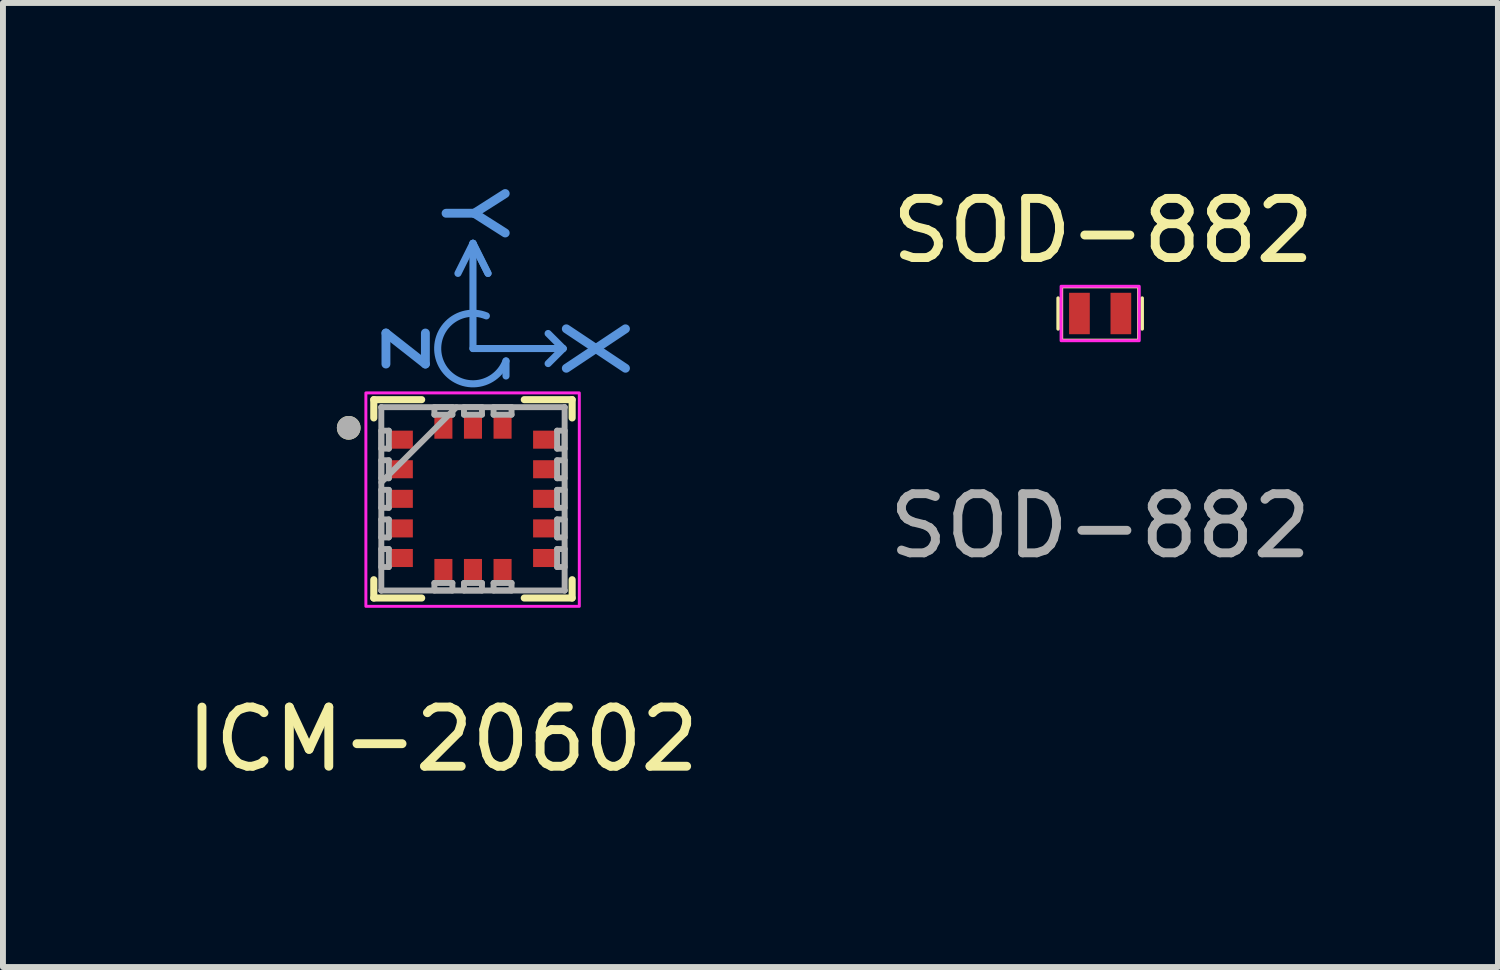
<source format=kicad_pcb>
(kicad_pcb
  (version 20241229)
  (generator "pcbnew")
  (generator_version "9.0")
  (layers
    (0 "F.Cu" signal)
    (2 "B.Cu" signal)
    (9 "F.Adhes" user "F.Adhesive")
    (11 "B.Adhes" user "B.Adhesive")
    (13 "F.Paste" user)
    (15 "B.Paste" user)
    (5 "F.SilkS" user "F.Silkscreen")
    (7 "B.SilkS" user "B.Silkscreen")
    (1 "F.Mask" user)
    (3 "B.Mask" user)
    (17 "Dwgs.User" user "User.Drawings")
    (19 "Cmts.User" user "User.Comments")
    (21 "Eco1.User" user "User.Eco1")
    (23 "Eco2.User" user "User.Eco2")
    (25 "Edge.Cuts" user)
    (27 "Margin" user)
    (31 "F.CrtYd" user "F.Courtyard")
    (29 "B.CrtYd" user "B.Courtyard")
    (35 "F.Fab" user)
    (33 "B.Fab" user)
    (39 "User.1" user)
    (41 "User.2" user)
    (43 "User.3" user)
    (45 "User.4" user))
  (footprint "SOD-882"
    (layer "F.Cu")
    (at 15.542 2.248)
    (property "Reference" "SOD-882" (at 0.05 -1.4 0) (unlocked yes) (layer "F.SilkS") (effects (font (size 1 1) (thickness 0.15))))
    (attr smd)
    (fp_line (start -0.71 -0.26) (end -0.71 0.26) (stroke (width 0.06) (type solid)) (layer "F.SilkS"))
    (fp_line (start 0.71 -0.26) (end 0.71 0.26) (stroke (width 0.06) (type solid)) (layer "F.SilkS"))
    (fp_rect (start -0.65 -0.45) (end 0.65 0.45) (stroke (width 0.05) (type solid)) (fill no) (layer "F.SilkS"))
    (fp_rect (start -0.66 -0.46) (end 0.66 0.46) (stroke (width 0.05) (type solid)) (fill no) (layer "F.CrtYd"))
    (fp_text user "${REFERENCE}" (at 0 3.59 0) (unlocked yes) (layer "F.Fab") (effects (font (size 1 1) (thickness 0.15))))
    (pad "1" smd rect (at -0.35 0) (size 0.35 0.7) (layers "F.Cu" "F.Mask" "F.Paste"))
    (pad "2" smd rect (at 0.35 0) (size 0.35 0.7) (layers "F.Cu" "F.Mask" "F.Paste")))
  (footprint "ICM-20602"
    (layer "F.Cu")
    (at 4.943 5.38)
    (property "Reference" "ICM-20602" (at -0.508 4.064 0) (layer "F.SilkS") (effects (font (size 1 1) (thickness 0.15))))
    (attr through_hole)
    (fp_line (start -1.676 -1.676) (end -1.676 -1.367) (stroke (width 0.12) (type solid)) (layer "F.SilkS"))
    (fp_line (start -1.676 1.367) (end -1.676 1.676) (stroke (width 0.12) (type solid)) (layer "F.SilkS"))
    (fp_line (start -1.676 1.676) (end -0.867 1.676) (stroke (width 0.12) (type solid)) (layer "F.SilkS"))
    (fp_line (start -0.867 -1.676) (end -1.676 -1.676) (stroke (width 0.12) (type solid)) (layer "F.SilkS"))
    (fp_line (start 0.867 1.676) (end 1.676 1.676) (stroke (width 0.12) (type solid)) (layer "F.SilkS"))
    (fp_line (start 1.676 -1.676) (end 0.867 -1.676) (stroke (width 0.12) (type solid)) (layer "F.SilkS"))
    (fp_line (start 1.676 -1.367) (end 1.676 -1.676) (stroke (width 0.12) (type solid)) (layer "F.SilkS"))
    (fp_line (start 1.676 1.676) (end 1.676 1.367) (stroke (width 0.12) (type solid)) (layer "F.SilkS"))
    (fp_circle (center -2.1 -1.2) (end -2 -1.2) (stroke (width 0.2) (type solid)) (fill no) (layer "F.SilkS"))
    (fp_line (start 0 -4.318) (end -0.254 -3.81) (stroke (width 0.12) (type solid)) (layer "Cmts.User"))
    (fp_line (start 0 -4.318) (end 0.254 -3.81) (stroke (width 0.12) (type solid)) (layer "Cmts.User"))
    (fp_line (start 0 -2.54) (end 0 -4.318) (stroke (width 0.12) (type solid)) (layer "Cmts.User"))
    (fp_line (start 0.254 -3.81) (end 0 -4.318) (stroke (width 0.12) (type solid)) (layer "Cmts.User"))
    (fp_line (start 0.558 -2.33) (end 0.558 -2.076) (stroke (width 0.12) (type solid)) (layer "Cmts.User"))
    (fp_line (start 1.524 -2.54) (end 0 -2.54) (stroke (width 0.12) (type solid)) (layer "Cmts.User"))
    (fp_line (start 1.524 -2.54) (end 1.27 -2.794) (stroke (width 0.12) (type solid)) (layer "Cmts.User"))
    (fp_line (start 1.524 -2.54) (end 1.27 -2.286) (stroke (width 0.12) (type solid)) (layer "Cmts.User"))
    (fp_arc (start 0.557951 -2.329695) (mid -0.546707 -2.301989) (end 0.226213 -3.091694) (stroke (width 0.12) (type solid)) (layer "Cmts.User"))
    (fp_rect (start -1.81 1.817) (end 1.797 -1.79) (stroke (width 0.05) (type solid)) (fill no) (layer "F.CrtYd"))
    (fp_line (start -1.549 -1.549) (end -1.549 -1.549) (stroke (width 0.1) (type solid)) (layer "F.Fab"))
    (fp_line (start -1.549 -1.549) (end -1.549 1.549) (stroke (width 0.1) (type solid)) (layer "F.Fab"))
    (fp_line (start -1.549 -1.152) (end -1.422 -1.152) (stroke (width 0.1) (type solid)) (layer "F.Fab"))
    (fp_line (start -1.549 -0.848) (end -1.549 -1.152) (stroke (width 0.1) (type solid)) (layer "F.Fab"))
    (fp_line (start -1.549 -0.652) (end -1.422 -0.652) (stroke (width 0.1) (type solid)) (layer "F.Fab"))
    (fp_line (start -1.549 -0.348) (end -1.549 -0.652) (stroke (width 0.1) (type solid)) (layer "F.Fab"))
    (fp_line (start -1.549 -0.279) (end -0.279 -1.549) (stroke (width 0.1) (type solid)) (layer "F.Fab"))
    (fp_line (start -1.549 -0.152) (end -1.422 -0.152) (stroke (width 0.1) (type solid)) (layer "F.Fab"))
    (fp_line (start -1.549 0.152) (end -1.549 -0.152) (stroke (width 0.1) (type solid)) (layer "F.Fab"))
    (fp_line (start -1.549 0.348) (end -1.422 0.348) (stroke (width 0.1) (type solid)) (layer "F.Fab"))
    (fp_line (start -1.549 0.652) (end -1.549 0.348) (stroke (width 0.1) (type solid)) (layer "F.Fab"))
    (fp_line (start -1.549 0.848) (end -1.422 0.848) (stroke (width 0.1) (type solid)) (layer "F.Fab"))
    (fp_line (start -1.549 1.152) (end -1.549 0.848) (stroke (width 0.1) (type solid)) (layer "F.Fab"))
    (fp_line (start -1.549 1.549) (end -1.549 1.549) (stroke (width 0.1) (type solid)) (layer "F.Fab"))
    (fp_line (start -1.549 1.549) (end 1.549 1.549) (stroke (width 0.1) (type solid)) (layer "F.Fab"))
    (fp_line (start -1.422 -1.152) (end -1.422 -0.848) (stroke (width 0.1) (type solid)) (layer "F.Fab"))
    (fp_line (start -1.422 -0.848) (end -1.549 -0.848) (stroke (width 0.1) (type solid)) (layer "F.Fab"))
    (fp_line (start -1.422 -0.652) (end -1.422 -0.348) (stroke (width 0.1) (type solid)) (layer "F.Fab"))
    (fp_line (start -1.422 -0.348) (end -1.549 -0.348) (stroke (width 0.1) (type solid)) (layer "F.Fab"))
    (fp_line (start -1.422 -0.152) (end -1.422 0.152) (stroke (width 0.1) (type solid)) (layer "F.Fab"))
    (fp_line (start -1.422 0.152) (end -1.549 0.152) (stroke (width 0.1) (type solid)) (layer "F.Fab"))
    (fp_line (start -1.422 0.348) (end -1.422 0.652) (stroke (width 0.1) (type solid)) (layer "F.Fab"))
    (fp_line (start -1.422 0.652) (end -1.549 0.652) (stroke (width 0.1) (type solid)) (layer "F.Fab"))
    (fp_line (start -1.422 0.848) (end -1.422 1.152) (stroke (width 0.1) (type solid)) (layer "F.Fab"))
    (fp_line (start -1.422 1.152) (end -1.549 1.152) (stroke (width 0.1) (type solid)) (layer "F.Fab"))
    (fp_line (start -0.652 -1.549) (end -0.348 -1.549) (stroke (width 0.1) (type solid)) (layer "F.Fab"))
    (fp_line (start -0.652 -1.422) (end -0.652 -1.549) (stroke (width 0.1) (type solid)) (layer "F.Fab"))
    (fp_line (start -0.652 1.422) (end -0.348 1.422) (stroke (width 0.1) (type solid)) (layer "F.Fab"))
    (fp_line (start -0.652 1.549) (end -0.652 1.422) (stroke (width 0.1) (type solid)) (layer "F.Fab"))
    (fp_line (start -0.348 -1.549) (end -0.348 -1.422) (stroke (width 0.1) (type solid)) (layer "F.Fab"))
    (fp_line (start -0.348 -1.422) (end -0.652 -1.422) (stroke (width 0.1) (type solid)) (layer "F.Fab"))
    (fp_line (start -0.348 1.422) (end -0.348 1.549) (stroke (width 0.1) (type solid)) (layer "F.Fab"))
    (fp_line (start -0.348 1.549) (end -0.652 1.549) (stroke (width 0.1) (type solid)) (layer "F.Fab"))
    (fp_line (start -0.152 -1.549) (end 0.152 -1.549) (stroke (width 0.1) (type solid)) (layer "F.Fab"))
    (fp_line (start -0.152 -1.422) (end -0.152 -1.549) (stroke (width 0.1) (type solid)) (layer "F.Fab"))
    (fp_line (start -0.152 1.422) (end 0.152 1.422) (stroke (width 0.1) (type solid)) (layer "F.Fab"))
    (fp_line (start -0.152 1.549) (end -0.152 1.422) (stroke (width 0.1) (type solid)) (layer "F.Fab"))
    (fp_line (start 0.152 -1.549) (end 0.152 -1.422) (stroke (width 0.1) (type solid)) (layer "F.Fab"))
    (fp_line (start 0.152 -1.422) (end -0.152 -1.422) (stroke (width 0.1) (type solid)) (layer "F.Fab"))
    (fp_line (start 0.152 1.422) (end 0.152 1.549) (stroke (width 0.1) (type solid)) (layer "F.Fab"))
    (fp_line (start 0.152 1.549) (end -0.152 1.549) (stroke (width 0.1) (type solid)) (layer "F.Fab"))
    (fp_line (start 0.348 -1.549) (end 0.652 -1.549) (stroke (width 0.1) (type solid)) (layer "F.Fab"))
    (fp_line (start 0.348 -1.422) (end 0.348 -1.549) (stroke (width 0.1) (type solid)) (layer "F.Fab"))
    (fp_line (start 0.348 1.422) (end 0.652 1.422) (stroke (width 0.1) (type solid)) (layer "F.Fab"))
    (fp_line (start 0.348 1.549) (end 0.348 1.422) (stroke (width 0.1) (type solid)) (layer "F.Fab"))
    (fp_line (start 0.652 -1.549) (end 0.652 -1.422) (stroke (width 0.1) (type solid)) (layer "F.Fab"))
    (fp_line (start 0.652 -1.422) (end 0.348 -1.422) (stroke (width 0.1) (type solid)) (layer "F.Fab"))
    (fp_line (start 0.652 1.422) (end 0.652 1.549) (stroke (width 0.1) (type solid)) (layer "F.Fab"))
    (fp_line (start 0.652 1.549) (end 0.348 1.549) (stroke (width 0.1) (type solid)) (layer "F.Fab"))
    (fp_line (start 1.422 -1.152) (end 1.549 -1.152) (stroke (width 0.1) (type solid)) (layer "F.Fab"))
    (fp_line (start 1.422 -0.848) (end 1.422 -1.152) (stroke (width 0.1) (type solid)) (layer "F.Fab"))
    (fp_line (start 1.422 -0.652) (end 1.549 -0.652) (stroke (width 0.1) (type solid)) (layer "F.Fab"))
    (fp_line (start 1.422 -0.348) (end 1.422 -0.652) (stroke (width 0.1) (type solid)) (layer "F.Fab"))
    (fp_line (start 1.422 -0.152) (end 1.549 -0.152) (stroke (width 0.1) (type solid)) (layer "F.Fab"))
    (fp_line (start 1.422 0.152) (end 1.422 -0.152) (stroke (width 0.1) (type solid)) (layer "F.Fab"))
    (fp_line (start 1.422 0.348) (end 1.549 0.348) (stroke (width 0.1) (type solid)) (layer "F.Fab"))
    (fp_line (start 1.422 0.652) (end 1.422 0.348) (stroke (width 0.1) (type solid)) (layer "F.Fab"))
    (fp_line (start 1.422 0.848) (end 1.549 0.848) (stroke (width 0.1) (type solid)) (layer "F.Fab"))
    (fp_line (start 1.422 1.152) (end 1.422 0.848) (stroke (width 0.1) (type solid)) (layer "F.Fab"))
    (fp_line (start 1.549 -1.549) (end -1.549 -1.549) (stroke (width 0.1) (type solid)) (layer "F.Fab"))
    (fp_line (start 1.549 -1.549) (end 1.549 -1.549) (stroke (width 0.1) (type solid)) (layer "F.Fab"))
    (fp_line (start 1.549 -1.152) (end 1.549 -0.848) (stroke (width 0.1) (type solid)) (layer "F.Fab"))
    (fp_line (start 1.549 -0.848) (end 1.422 -0.848) (stroke (width 0.1) (type solid)) (layer "F.Fab"))
    (fp_line (start 1.549 -0.652) (end 1.549 -0.348) (stroke (width 0.1) (type solid)) (layer "F.Fab"))
    (fp_line (start 1.549 -0.348) (end 1.422 -0.348) (stroke (width 0.1) (type solid)) (layer "F.Fab"))
    (fp_line (start 1.549 -0.152) (end 1.549 0.152) (stroke (width 0.1) (type solid)) (layer "F.Fab"))
    (fp_line (start 1.549 0.152) (end 1.422 0.152) (stroke (width 0.1) (type solid)) (layer "F.Fab"))
    (fp_line (start 1.549 0.348) (end 1.549 0.652) (stroke (width 0.1) (type solid)) (layer "F.Fab"))
    (fp_line (start 1.549 0.652) (end 1.422 0.652) (stroke (width 0.1) (type solid)) (layer "F.Fab"))
    (fp_line (start 1.549 0.848) (end 1.549 1.152) (stroke (width 0.1) (type solid)) (layer "F.Fab"))
    (fp_line (start 1.549 1.152) (end 1.422 1.152) (stroke (width 0.1) (type solid)) (layer "F.Fab"))
    (fp_line (start 1.549 1.549) (end 1.549 -1.549) (stroke (width 0.1) (type solid)) (layer "F.Fab"))
    (fp_line (start 1.549 1.549) (end 1.549 1.549) (stroke (width 0.1) (type solid)) (layer "F.Fab"))
    (fp_circle (center -2.1 -1.2) (end -2 -1.2) (stroke (width 0.2) (type solid)) (fill no) (layer "F.Fab"))
    (fp_text user "X" (at 2.032 -2.54 270) (unlocked yes) (layer "Cmts.User") (effects (font (size 1 1) (thickness 0.15))))
    (fp_text user "z" (at -1.016 -2.54 270) (unlocked yes) (layer "Cmts.User") (effects (font (size 1 1) (thickness 0.15))))
    (fp_text user "Y" (at 0 -4.826 270) (unlocked yes) (layer "Cmts.User") (effects (font (size 1 1) (thickness 0.15))))
    (pad "1" smd rect (at -1.219 -1 90) (size 0.305 0.406) (layers "F.Cu" "F.Mask" "F.Paste"))
    (pad "2" smd rect (at -1.219 -0.5 90) (size 0.305 0.406) (layers "F.Cu" "F.Mask" "F.Paste"))
    (pad "3" smd rect (at -1.219 0 90) (size 0.305 0.406) (layers "F.Cu" "F.Mask" "F.Paste"))
    (pad "4" smd rect (at -1.219 0.5 90) (size 0.305 0.406) (layers "F.Cu" "F.Mask" "F.Paste"))
    (pad "5" smd rect (at -1.219 1 90) (size 0.305 0.406) (layers "F.Cu" "F.Mask" "F.Paste"))
    (pad "6" smd rect (at -0.5 1.219) (size 0.305 0.406) (layers "F.Cu" "F.Mask" "F.Paste"))
    (pad "7" smd rect (at 0 1.219) (size 0.305 0.406) (layers "F.Cu" "F.Mask" "F.Paste"))
    (pad "8" smd rect (at 0.5 1.219) (size 0.305 0.406) (layers "F.Cu" "F.Mask" "F.Paste"))
    (pad "9" smd rect (at 1.219 1 90) (size 0.305 0.406) (layers "F.Cu" "F.Mask" "F.Paste"))
    (pad "10" smd rect (at 1.219 0.5 90) (size 0.305 0.406) (layers "F.Cu" "F.Mask" "F.Paste"))
    (pad "11" smd rect (at 1.219 0 90) (size 0.305 0.406) (layers "F.Cu" "F.Mask" "F.Paste"))
    (pad "12" smd rect (at 1.219 -0.5 90) (size 0.305 0.406) (layers "F.Cu" "F.Mask" "F.Paste"))
    (pad "13" smd rect (at 1.219 -1 90) (size 0.305 0.406) (layers "F.Cu" "F.Mask" "F.Paste"))
    (pad "14" smd rect (at 0.5 -1.219) (size 0.305 0.406) (layers "F.Cu" "F.Mask" "F.Paste"))
    (pad "15" smd rect (at 0 -1.219) (size 0.305 0.406) (layers "F.Cu" "F.Mask" "F.Paste"))
    (pad "16" smd rect (at -0.5 -1.219) (size 0.305 0.406) (layers "F.Cu" "F.Mask" "F.Paste")))
  (gr_rect
    (start -3 -3)
    (end 22.264 13.292)
    (stroke (width 0.1) (type default))
    (fill no)
    (layer "Edge.Cuts")))
</source>
